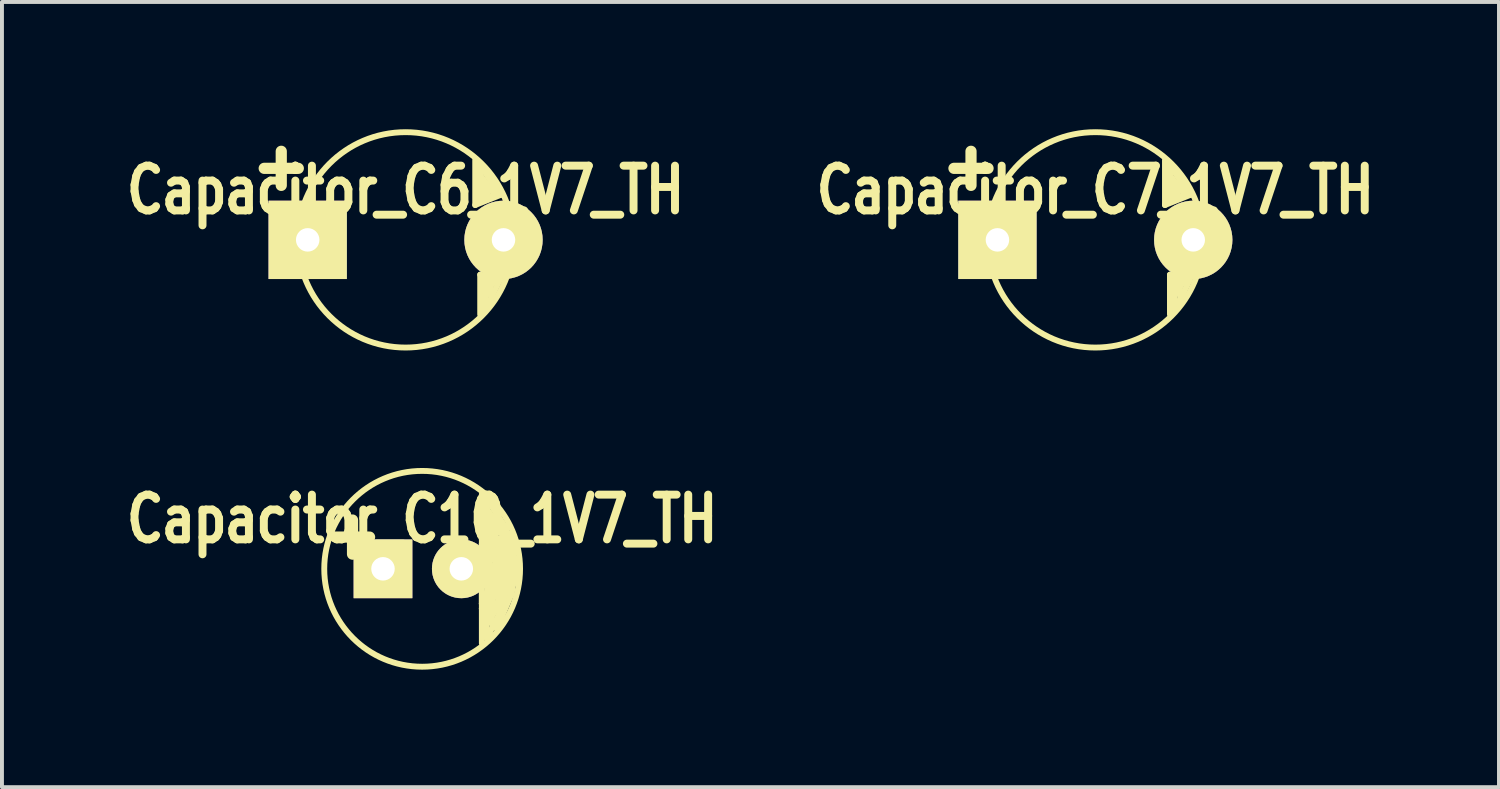
<source format=kicad_pcb>
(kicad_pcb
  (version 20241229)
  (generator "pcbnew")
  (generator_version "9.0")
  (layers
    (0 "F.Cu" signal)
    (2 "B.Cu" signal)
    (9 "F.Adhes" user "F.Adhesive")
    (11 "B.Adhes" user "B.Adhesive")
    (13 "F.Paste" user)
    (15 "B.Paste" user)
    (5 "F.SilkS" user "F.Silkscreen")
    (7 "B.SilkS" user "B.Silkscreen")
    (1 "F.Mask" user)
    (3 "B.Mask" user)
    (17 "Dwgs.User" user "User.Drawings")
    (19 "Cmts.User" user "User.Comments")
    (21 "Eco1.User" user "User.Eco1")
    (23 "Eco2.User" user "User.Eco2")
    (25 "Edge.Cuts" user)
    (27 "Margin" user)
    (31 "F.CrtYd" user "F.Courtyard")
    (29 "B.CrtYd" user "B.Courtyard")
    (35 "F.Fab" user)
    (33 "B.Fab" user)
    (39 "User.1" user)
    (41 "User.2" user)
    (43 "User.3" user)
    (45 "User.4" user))
  (footprint "Capacitor_C7_1V7_TH"
    (layer "F.Cu")
    (at 24.92 3.075)
    (property "Reference" "Capacitor_C7_1V7_TH" (at 0 -1.27 0) (layer "F.SilkS") (effects (font (size 1.143 0.889) (thickness 0.203))))
    (attr through_hole)
    (fp_line (start 1.778 -2.032) (end 1.778 -0.889) (stroke (width 0.15) (type solid)) (layer "F.SilkS"))
    (fp_line (start 1.778 -0.889) (end 2.413 -1.143) (stroke (width 0.15) (type solid)) (layer "F.SilkS"))
    (fp_line (start 1.905 -1.905) (end 1.905 -1.143) (stroke (width 0.15) (type solid)) (layer "F.SilkS"))
    (fp_line (start 1.905 -1.651) (end 2.032 -1.143) (stroke (width 0.15) (type solid)) (layer "F.SilkS"))
    (fp_line (start 1.905 -1.397) (end 2.159 -1.27) (stroke (width 0.15) (type solid)) (layer "F.SilkS"))
    (fp_line (start 1.905 -1.143) (end 1.905 -1.016) (stroke (width 0.15) (type solid)) (layer "F.SilkS"))
    (fp_line (start 1.905 -1.016) (end 2.286 -1.143) (stroke (width 0.15) (type solid)) (layer "F.SilkS"))
    (fp_line (start 1.905 0.889) (end 2.413 1.016) (stroke (width 0.15) (type solid)) (layer "F.SilkS"))
    (fp_line (start 1.905 1.905) (end 1.905 0.889) (stroke (width 0.15) (type solid)) (layer "F.SilkS"))
    (fp_line (start 2.032 -1.143) (end 2.159 -1.27) (stroke (width 0.15) (type solid)) (layer "F.SilkS"))
    (fp_line (start 2.032 1.016) (end 2.032 1.143) (stroke (width 0.15) (type solid)) (layer "F.SilkS"))
    (fp_line (start 2.032 1.016) (end 2.286 1.016) (stroke (width 0.15) (type solid)) (layer "F.SilkS"))
    (fp_line (start 2.032 1.397) (end 2.159 1.143) (stroke (width 0.15) (type solid)) (layer "F.SilkS"))
    (fp_line (start 2.032 1.778) (end 2.032 1.016) (stroke (width 0.15) (type solid)) (layer "F.SilkS"))
    (fp_line (start 2.159 -1.27) (end 1.905 -1.397) (stroke (width 0.15) (type solid)) (layer "F.SilkS"))
    (fp_line (start 2.159 1.143) (end 2.159 1.397) (stroke (width 0.15) (type solid)) (layer "F.SilkS"))
    (fp_line (start 2.159 1.397) (end 2.032 1.016) (stroke (width 0.15) (type solid)) (layer "F.SilkS"))
    (fp_line (start 2.286 -1.143) (end 1.905 -1.651) (stroke (width 0.15) (type solid)) (layer "F.SilkS"))
    (fp_line (start 2.286 1.016) (end 2.032 1.397) (stroke (width 0.15) (type solid)) (layer "F.SilkS"))
    (fp_line (start 2.413 -1.143) (end 1.905 -1.905) (stroke (width 0.15) (type solid)) (layer "F.SilkS"))
    (fp_line (start 2.413 1.016) (end 2.032 1.778) (stroke (width 0.15) (type solid)) (layer "F.SilkS"))
    (fp_circle (center 0 0) (end 0 -2.75) (stroke (width 0.15) (type solid)) (fill no) (layer "F.SilkS"))
    (fp_text user "+" (at -3.175 -1.905 0) (layer "F.SilkS") (effects (font (size 1.143 1.143) (thickness 0.287))))
    (pad "1" thru_hole rect (at -2.5 0) (size 2 2) (drill 0.6) (layers "*.Cu" "*.Mask" "F.SilkS"))
    (pad "2" thru_hole circle (at 2.5 0) (size 2 2) (drill 0.6) (layers "*.Cu" "*.Mask" "F.SilkS")))
  (footprint "Capacitor_C6_1V7_TH"
    (layer "F.Cu")
    (at 7.307 3.075)
    (property "Reference" "Capacitor_C6_1V7_TH" (at 0 -1.27 0) (layer "F.SilkS") (effects (font (size 1.143 0.889) (thickness 0.203))))
    (attr through_hole)
    (fp_line (start 1.778 -2.032) (end 1.778 -0.889) (stroke (width 0.15) (type solid)) (layer "F.SilkS"))
    (fp_line (start 1.778 -0.889) (end 2.413 -1.143) (stroke (width 0.15) (type solid)) (layer "F.SilkS"))
    (fp_line (start 1.905 -1.905) (end 1.905 -1.143) (stroke (width 0.15) (type solid)) (layer "F.SilkS"))
    (fp_line (start 1.905 -1.651) (end 2.032 -1.143) (stroke (width 0.15) (type solid)) (layer "F.SilkS"))
    (fp_line (start 1.905 -1.397) (end 2.159 -1.27) (stroke (width 0.15) (type solid)) (layer "F.SilkS"))
    (fp_line (start 1.905 -1.143) (end 1.905 -1.016) (stroke (width 0.15) (type solid)) (layer "F.SilkS"))
    (fp_line (start 1.905 -1.016) (end 2.286 -1.143) (stroke (width 0.15) (type solid)) (layer "F.SilkS"))
    (fp_line (start 1.905 0.889) (end 2.413 1.016) (stroke (width 0.15) (type solid)) (layer "F.SilkS"))
    (fp_line (start 1.905 1.905) (end 1.905 0.889) (stroke (width 0.15) (type solid)) (layer "F.SilkS"))
    (fp_line (start 2.032 -1.143) (end 2.159 -1.27) (stroke (width 0.15) (type solid)) (layer "F.SilkS"))
    (fp_line (start 2.032 1.016) (end 2.032 1.143) (stroke (width 0.15) (type solid)) (layer "F.SilkS"))
    (fp_line (start 2.032 1.016) (end 2.286 1.016) (stroke (width 0.15) (type solid)) (layer "F.SilkS"))
    (fp_line (start 2.032 1.397) (end 2.159 1.143) (stroke (width 0.15) (type solid)) (layer "F.SilkS"))
    (fp_line (start 2.032 1.778) (end 2.032 1.016) (stroke (width 0.15) (type solid)) (layer "F.SilkS"))
    (fp_line (start 2.159 -1.27) (end 1.905 -1.397) (stroke (width 0.15) (type solid)) (layer "F.SilkS"))
    (fp_line (start 2.159 1.143) (end 2.159 1.397) (stroke (width 0.15) (type solid)) (layer "F.SilkS"))
    (fp_line (start 2.159 1.397) (end 2.032 1.016) (stroke (width 0.15) (type solid)) (layer "F.SilkS"))
    (fp_line (start 2.286 -1.143) (end 1.905 -1.651) (stroke (width 0.15) (type solid)) (layer "F.SilkS"))
    (fp_line (start 2.286 1.016) (end 2.032 1.397) (stroke (width 0.15) (type solid)) (layer "F.SilkS"))
    (fp_line (start 2.413 -1.143) (end 1.905 -1.905) (stroke (width 0.15) (type solid)) (layer "F.SilkS"))
    (fp_line (start 2.413 1.016) (end 2.032 1.778) (stroke (width 0.15) (type solid)) (layer "F.SilkS"))
    (fp_circle (center 0 0) (end 0 -2.75) (stroke (width 0.15) (type solid)) (fill no) (layer "F.SilkS"))
    (fp_text user "+" (at -3.175 -1.905 0) (layer "F.SilkS") (effects (font (size 1.143 1.143) (thickness 0.287))))
    (pad "1" thru_hole rect (at -2.5 0) (size 2 2) (drill 0.6) (layers "*.Cu" "*.Mask" "F.SilkS"))
    (pad "2" thru_hole circle (at 2.5 0) (size 2 2) (drill 0.6) (layers "*.Cu" "*.Mask" "F.SilkS")))
  (footprint "Capacitor_C10_1V7_TH"
    (layer "F.Cu")
    (at 7.73 11.475)
    (property "Reference" "Capacitor_C10_1V7_TH" (at 0 -1.27 0) (layer "F.SilkS") (effects (font (size 1.143 0.889) (thickness 0.203))))
    (attr through_hole)
    (fp_line (start 1.524 -1.905) (end 1.524 -0.762) (stroke (width 0.15) (type solid)) (layer "F.SilkS"))
    (fp_line (start 1.524 -1.016) (end 2.286 -0.889) (stroke (width 0.15) (type solid)) (layer "F.SilkS"))
    (fp_line (start 1.524 -0.762) (end 2.159 -1.016) (stroke (width 0.15) (type solid)) (layer "F.SilkS"))
    (fp_line (start 1.524 -0.635) (end 1.524 0.889) (stroke (width 0.15) (type solid)) (layer "F.SilkS"))
    (fp_line (start 1.524 -0.635) (end 2.286 -0.762) (stroke (width 0.15) (type solid)) (layer "F.SilkS"))
    (fp_line (start 1.524 -0.508) (end 2.413 -0.635) (stroke (width 0.15) (type solid)) (layer "F.SilkS"))
    (fp_line (start 1.524 0.381) (end 1.651 -0.635) (stroke (width 0.15) (type solid)) (layer "F.SilkS"))
    (fp_line (start 1.524 0.889) (end 1.524 -1.016) (stroke (width 0.15) (type solid)) (layer "F.SilkS"))
    (fp_line (start 1.524 0.889) (end 2.032 1.016) (stroke (width 0.15) (type solid)) (layer "F.SilkS"))
    (fp_line (start 1.524 1.016) (end 1.778 0.508) (stroke (width 0.15) (type solid)) (layer "F.SilkS"))
    (fp_line (start 1.524 1.905) (end 1.524 0.889) (stroke (width 0.15) (type solid)) (layer "F.SilkS"))
    (fp_line (start 1.651 -1.778) (end 1.651 -1.016) (stroke (width 0.15) (type solid)) (layer "F.SilkS"))
    (fp_line (start 1.651 -1.524) (end 1.778 -1.016) (stroke (width 0.15) (type solid)) (layer "F.SilkS"))
    (fp_line (start 1.651 -1.27) (end 1.905 -1.143) (stroke (width 0.15) (type solid)) (layer "F.SilkS"))
    (fp_line (start 1.651 -1.016) (end 1.651 -0.889) (stroke (width 0.15) (type solid)) (layer "F.SilkS"))
    (fp_line (start 1.651 -0.889) (end 2.032 -1.016) (stroke (width 0.15) (type solid)) (layer "F.SilkS"))
    (fp_line (start 1.651 -0.635) (end 2.032 -0.127) (stroke (width 0.15) (type solid)) (layer "F.SilkS"))
    (fp_line (start 1.651 0.381) (end 1.778 -0.635) (stroke (width 0.15) (type solid)) (layer "F.SilkS"))
    (fp_line (start 1.651 0.889) (end 1.778 0.762) (stroke (width 0.15) (type solid)) (layer "F.SilkS"))
    (fp_line (start 1.651 1.016) (end 1.651 1.143) (stroke (width 0.15) (type solid)) (layer "F.SilkS"))
    (fp_line (start 1.651 1.016) (end 1.905 1.016) (stroke (width 0.15) (type solid)) (layer "F.SilkS"))
    (fp_line (start 1.651 1.397) (end 1.778 1.143) (stroke (width 0.15) (type solid)) (layer "F.SilkS"))
    (fp_line (start 1.651 1.778) (end 1.651 1.016) (stroke (width 0.15) (type solid)) (layer "F.SilkS"))
    (fp_line (start 1.778 -1.016) (end 1.905 -1.143) (stroke (width 0.15) (type solid)) (layer "F.SilkS"))
    (fp_line (start 1.778 -0.635) (end 1.905 0) (stroke (width 0.15) (type solid)) (layer "F.SilkS"))
    (fp_line (start 1.778 -0.508) (end 2.032 -0.381) (stroke (width 0.15) (type solid)) (layer "F.SilkS"))
    (fp_line (start 1.778 0) (end 1.778 0.889) (stroke (width 0.15) (type solid)) (layer "F.SilkS"))
    (fp_line (start 1.778 0.508) (end 1.524 0.381) (stroke (width 0.15) (type solid)) (layer "F.SilkS"))
    (fp_line (start 1.778 0.762) (end 1.651 0.381) (stroke (width 0.15) (type solid)) (layer "F.SilkS"))
    (fp_line (start 1.778 0.889) (end 1.651 0.889) (stroke (width 0.15) (type solid)) (layer "F.SilkS"))
    (fp_line (start 1.778 0.889) (end 2.032 -0.635) (stroke (width 0.15) (type solid)) (layer "F.SilkS"))
    (fp_line (start 1.778 1.143) (end 1.778 1.397) (stroke (width 0.15) (type solid)) (layer "F.SilkS"))
    (fp_line (start 1.778 1.397) (end 1.651 1.016) (stroke (width 0.15) (type solid)) (layer "F.SilkS"))
    (fp_line (start 1.905 -1.143) (end 1.651 -1.27) (stroke (width 0.15) (type solid)) (layer "F.SilkS"))
    (fp_line (start 1.905 0) (end 1.778 -0.508) (stroke (width 0.15) (type solid)) (layer "F.SilkS"))
    (fp_line (start 1.905 1.016) (end 1.651 1.397) (stroke (width 0.15) (type solid)) (layer "F.SilkS"))
    (fp_line (start 1.905 1.016) (end 2.159 -0.635) (stroke (width 0.15) (type solid)) (layer "F.SilkS"))
    (fp_line (start 1.905 1.524) (end 2.286 0.635) (stroke (width 0.15) (type solid)) (layer "F.SilkS"))
    (fp_line (start 2.032 -1.016) (end 1.651 -1.524) (stroke (width 0.15) (type solid)) (layer "F.SilkS"))
    (fp_line (start 2.032 -0.635) (end 1.524 1.016) (stroke (width 0.15) (type solid)) (layer "F.SilkS"))
    (fp_line (start 2.032 -0.381) (end 1.778 0) (stroke (width 0.15) (type solid)) (layer "F.SilkS"))
    (fp_line (start 2.032 -0.127) (end 1.651 0.381) (stroke (width 0.15) (type solid)) (layer "F.SilkS"))
    (fp_line (start 2.032 0.889) (end 2.413 0.254) (stroke (width 0.15) (type solid)) (layer "F.SilkS"))
    (fp_line (start 2.032 1.016) (end 1.651 1.778) (stroke (width 0.15) (type solid)) (layer "F.SilkS"))
    (fp_line (start 2.159 -1.016) (end 1.651 -1.778) (stroke (width 0.15) (type solid)) (layer "F.SilkS"))
    (fp_line (start 2.159 -0.635) (end 1.778 0.889) (stroke (width 0.15) (type solid)) (layer "F.SilkS"))
    (fp_line (start 2.286 -0.889) (end 1.524 -0.635) (stroke (width 0.15) (type solid)) (layer "F.SilkS"))
    (fp_line (start 2.286 -0.762) (end 1.524 -0.508) (stroke (width 0.15) (type solid)) (layer "F.SilkS"))
    (fp_line (start 2.286 -0.635) (end 1.905 1.016) (stroke (width 0.15) (type solid)) (layer "F.SilkS"))
    (fp_line (start 2.286 0.635) (end 2.413 -0.254) (stroke (width 0.15) (type solid)) (layer "F.SilkS"))
    (fp_line (start 2.413 -0.635) (end 1.905 1.524) (stroke (width 0.15) (type solid)) (layer "F.SilkS"))
    (fp_line (start 2.413 -0.254) (end 2.032 0.889) (stroke (width 0.15) (type solid)) (layer "F.SilkS"))
    (fp_line (start 2.413 0.254) (end 2.286 -0.635) (stroke (width 0.15) (type solid)) (layer "F.SilkS"))
    (fp_circle (center 0 0) (end 0 -2.5) (stroke (width 0.15) (type solid)) (fill no) (layer "F.SilkS"))
    (fp_text user "+" (at -1.778 -0.889 0) (layer "F.SilkS") (effects (font (size 1.143 1.143) (thickness 0.287))))
    (pad "1" thru_hole rect (at -1 0) (size 1.5 1.5) (drill 0.6) (layers "*.Cu" "*.Mask" "F.SilkS"))
    (pad "2" thru_hole circle (at 1 0) (size 1.5 1.5) (drill 0.6) (layers "*.Cu" "*.Mask" "F.SilkS")))
  (gr_rect
    (start -3 -3)
    (end 35.227 17.05)
    (stroke (width 0.1) (type default))
    (fill no)
    (layer "Edge.Cuts")))
</source>
